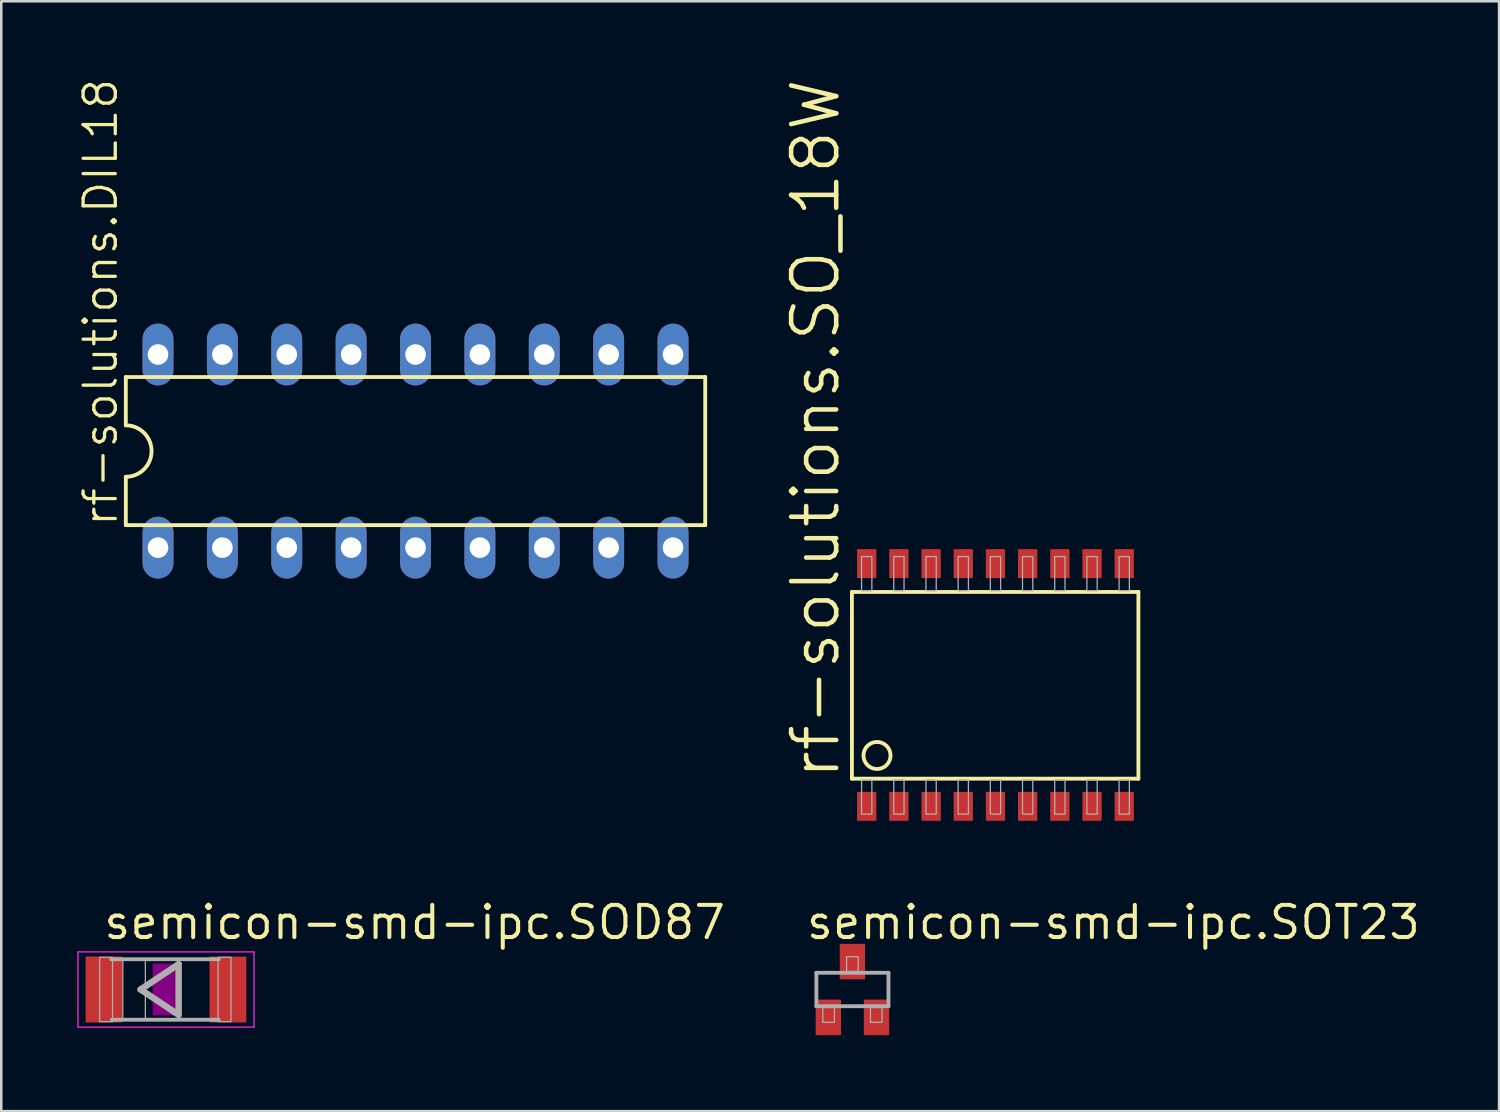
<source format=kicad_pcb>
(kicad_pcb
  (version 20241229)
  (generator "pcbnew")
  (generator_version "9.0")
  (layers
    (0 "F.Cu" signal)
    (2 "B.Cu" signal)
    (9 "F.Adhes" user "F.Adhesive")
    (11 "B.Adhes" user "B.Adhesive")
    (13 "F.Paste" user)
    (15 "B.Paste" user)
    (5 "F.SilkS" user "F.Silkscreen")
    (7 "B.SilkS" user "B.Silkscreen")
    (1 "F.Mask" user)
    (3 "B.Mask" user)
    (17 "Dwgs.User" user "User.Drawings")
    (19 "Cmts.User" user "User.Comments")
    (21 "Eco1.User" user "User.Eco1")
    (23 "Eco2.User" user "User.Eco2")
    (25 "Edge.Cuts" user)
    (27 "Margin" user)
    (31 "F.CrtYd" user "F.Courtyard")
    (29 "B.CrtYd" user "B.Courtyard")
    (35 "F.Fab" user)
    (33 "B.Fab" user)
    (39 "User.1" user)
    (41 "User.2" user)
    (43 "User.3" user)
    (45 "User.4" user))
  (footprint "semicon-smd-ipc.SOD87"
    (layer "F.Cu")
    (at 3.498 35.99)
    (property "Reference" "semicon-smd-ipc.SOD87" (at -2.54 -1.905 0) (layer "F.SilkS") (effects (font (size 1.27 1.27) (thickness 0.16)) (justify left bottom)))
    (attr smd)
    (fp_rect (start -0.5 1) (end 0.5 -1) (stroke (width 0.05) (type default)) (fill yes) (layer "F.Adhes"))
    (fp_line (start -3.473 -1.483) (end 3.473 -1.483) (stroke (width 0.051) (type default)) (layer "F.CrtYd"))
    (fp_line (start -3.473 1.483) (end -3.473 -1.483) (stroke (width 0.051) (type default)) (layer "F.CrtYd"))
    (fp_line (start 3.473 -1.483) (end 3.473 1.483) (stroke (width 0.051) (type default)) (layer "F.CrtYd"))
    (fp_line (start 3.473 1.483) (end -3.473 1.483) (stroke (width 0.051) (type default)) (layer "F.CrtYd"))
    (fp_line (start -1 0) (end 0.5 -1) (stroke (width 0.254) (type default)) (layer "F.Fab"))
    (fp_line (start 0.5 -1) (end 0.5 1) (stroke (width 0.254) (type default)) (layer "F.Fab"))
    (fp_line (start 0.5 1) (end -1 0) (stroke (width 0.254) (type default)) (layer "F.Fab"))
    (fp_line (start 2.083 -1.194) (end -2.159 -1.194) (stroke (width 0.152) (type default)) (layer "F.Fab"))
    (fp_line (start 2.083 1.194) (end -2.134 1.194) (stroke (width 0.152) (type default)) (layer "F.Fab"))
    (fp_rect (start -2.616 1.27) (end -2.108 -1.27) (stroke (width 0.05) (type default)) (fill no) (layer "F.Fab"))
    (fp_rect (start -1.702 1.194) (end -0.813 -1.194) (stroke (width 0.05) (type default)) (fill no) (layer "F.Fab"))
    (fp_rect (start 2.057 1.27) (end 2.565 -1.27) (stroke (width 0.05) (type default)) (fill no) (layer "F.Fab"))
    (pad "1" smd roundrect (at -2.445 0) (size 1.45 2.6) (layers "F.Cu" "F.Mask" "F.Paste") (roundrect_rratio 0.01))
    (pad "2" smd roundrect (at 2.445 0) (size 1.45 2.6) (layers "F.Cu" "F.Mask" "F.Paste") (roundrect_rratio 0.01)))
  (footprint "rf-solutions.SO_18W"
    (layer "F.Cu")
    (at 36.226 23.976)
    (property "Reference" "rf-solutions.SO_18W" (at -6.058 3.81 90) (layer "F.SilkS") (effects (font (size 1.778 1.778) (thickness 0.18)) (justify left bottom)))
    (attr smd)
    (fp_line (start -5.664 -3.67) (end -5.664 3.696) (stroke (width 0.152) (type default)) (layer "F.SilkS"))
    (fp_line (start -5.664 3.696) (end 5.639 3.696) (stroke (width 0.152) (type default)) (layer "F.SilkS"))
    (fp_line (start 5.639 -3.67) (end -5.664 -3.67) (stroke (width 0.152) (type default)) (layer "F.SilkS"))
    (fp_line (start 5.639 3.696) (end 5.639 -3.67) (stroke (width 0.152) (type default)) (layer "F.SilkS"))
    (fp_circle (center -4.674 2.781) (end -4.14 2.781) (stroke (width 0.152) (type default)) (fill no) (layer "F.SilkS"))
    (fp_rect (start -5.283 -3.721) (end -4.877 -5.067) (stroke (width 0.05) (type default)) (fill no) (layer "F.Fab"))
    (fp_rect (start -5.283 5.093) (end -4.877 3.747) (stroke (width 0.05) (type default)) (fill no) (layer "F.Fab"))
    (fp_rect (start -4.013 -3.721) (end -3.607 -5.067) (stroke (width 0.05) (type default)) (fill no) (layer "F.Fab"))
    (fp_rect (start -4.013 5.093) (end -3.607 3.747) (stroke (width 0.05) (type default)) (fill no) (layer "F.Fab"))
    (fp_rect (start -2.743 -3.721) (end -2.337 -5.067) (stroke (width 0.05) (type default)) (fill no) (layer "F.Fab"))
    (fp_rect (start -2.743 5.093) (end -2.337 3.747) (stroke (width 0.05) (type default)) (fill no) (layer "F.Fab"))
    (fp_rect (start -1.473 -3.721) (end -1.067 -5.067) (stroke (width 0.05) (type default)) (fill no) (layer "F.Fab"))
    (fp_rect (start -1.473 5.093) (end -1.067 3.747) (stroke (width 0.05) (type default)) (fill no) (layer "F.Fab"))
    (fp_rect (start -0.203 -3.721) (end 0.203 -5.067) (stroke (width 0.05) (type default)) (fill no) (layer "F.Fab"))
    (fp_rect (start -0.203 5.093) (end 0.203 3.747) (stroke (width 0.05) (type default)) (fill no) (layer "F.Fab"))
    (fp_rect (start 1.067 -3.721) (end 1.473 -5.067) (stroke (width 0.05) (type default)) (fill no) (layer "F.Fab"))
    (fp_rect (start 1.067 5.093) (end 1.473 3.747) (stroke (width 0.05) (type default)) (fill no) (layer "F.Fab"))
    (fp_rect (start 2.337 -3.721) (end 2.743 -5.067) (stroke (width 0.05) (type default)) (fill no) (layer "F.Fab"))
    (fp_rect (start 2.337 5.093) (end 2.743 3.747) (stroke (width 0.05) (type default)) (fill no) (layer "F.Fab"))
    (fp_rect (start 3.607 -3.721) (end 4.013 -5.067) (stroke (width 0.05) (type default)) (fill no) (layer "F.Fab"))
    (fp_rect (start 3.607 5.093) (end 4.013 3.747) (stroke (width 0.05) (type default)) (fill no) (layer "F.Fab"))
    (fp_rect (start 4.877 -3.721) (end 5.283 -5.067) (stroke (width 0.05) (type default)) (fill no) (layer "F.Fab"))
    (fp_rect (start 4.877 5.093) (end 5.283 3.747) (stroke (width 0.05) (type default)) (fill no) (layer "F.Fab"))
    (pad "1" smd roundrect (at -5.08 4.788) (size 0.762 1.143) (layers "F.Cu" "F.Mask" "F.Paste") (roundrect_rratio 0.01))
    (pad "2" smd roundrect (at -3.81 4.788) (size 0.762 1.143) (layers "F.Cu" "F.Mask" "F.Paste") (roundrect_rratio 0.01))
    (pad "3" smd roundrect (at -2.54 4.788) (size 0.762 1.143) (layers "F.Cu" "F.Mask" "F.Paste") (roundrect_rratio 0.01))
    (pad "4" smd roundrect (at -1.27 4.788) (size 0.762 1.143) (layers "F.Cu" "F.Mask" "F.Paste") (roundrect_rratio 0.01))
    (pad "5" smd roundrect (at 0 4.788) (size 0.762 1.143) (layers "F.Cu" "F.Mask" "F.Paste") (roundrect_rratio 0.01))
    (pad "6" smd roundrect (at 1.27 4.788) (size 0.762 1.143) (layers "F.Cu" "F.Mask" "F.Paste") (roundrect_rratio 0.01))
    (pad "7" smd roundrect (at 2.54 4.788) (size 0.762 1.143) (layers "F.Cu" "F.Mask" "F.Paste") (roundrect_rratio 0.01))
    (pad "8" smd roundrect (at 3.81 4.788) (size 0.762 1.143) (layers "F.Cu" "F.Mask" "F.Paste") (roundrect_rratio 0.01))
    (pad "9" smd roundrect (at 5.08 4.788) (size 0.762 1.143) (layers "F.Cu" "F.Mask" "F.Paste") (roundrect_rratio 0.01))
    (pad "10" smd roundrect (at 5.08 -4.788) (size 0.762 1.143) (layers "F.Cu" "F.Mask" "F.Paste") (roundrect_rratio 0.01))
    (pad "11" smd roundrect (at 3.81 -4.788) (size 0.762 1.143) (layers "F.Cu" "F.Mask" "F.Paste") (roundrect_rratio 0.01))
    (pad "12" smd roundrect (at 2.54 -4.788) (size 0.762 1.143) (layers "F.Cu" "F.Mask" "F.Paste") (roundrect_rratio 0.01))
    (pad "13" smd roundrect (at 1.27 -4.788) (size 0.762 1.143) (layers "F.Cu" "F.Mask" "F.Paste") (roundrect_rratio 0.01))
    (pad "14" smd roundrect (at 0 -4.788) (size 0.762 1.143) (layers "F.Cu" "F.Mask" "F.Paste") (roundrect_rratio 0.01))
    (pad "15" smd roundrect (at -1.27 -4.788) (size 0.762 1.143) (layers "F.Cu" "F.Mask" "F.Paste") (roundrect_rratio 0.01))
    (pad "16" smd roundrect (at -2.54 -4.788) (size 0.762 1.143) (layers "F.Cu" "F.Mask" "F.Paste") (roundrect_rratio 0.01))
    (pad "17" smd roundrect (at -3.81 -4.788) (size 0.762 1.143) (layers "F.Cu" "F.Mask" "F.Paste") (roundrect_rratio 0.01))
    (pad "18" smd roundrect (at -5.08 -4.788) (size 0.762 1.143) (layers "F.Cu" "F.Mask" "F.Paste") (roundrect_rratio 0.01)))
  (footprint "semicon-smd-ipc.SOT23"
    (layer "F.Cu")
    (at 30.582 35.99)
    (property "Reference" "semicon-smd-ipc.SOT23" (at -1.905 -1.905 0) (layer "F.SilkS") (effects (font (size 1.27 1.27) (thickness 0.16)) (justify left bottom)))
    (attr smd)
    (fp_line (start -1.422 -0.66) (end 1.422 -0.66) (stroke (width 0.152) (type default)) (layer "F.Fab"))
    (fp_line (start -1.422 0.66) (end -1.422 -0.66) (stroke (width 0.152) (type default)) (layer "F.Fab"))
    (fp_line (start 1.422 -0.66) (end 1.422 0.66) (stroke (width 0.152) (type default)) (layer "F.Fab"))
    (fp_line (start 1.422 0.66) (end -1.422 0.66) (stroke (width 0.152) (type default)) (layer "F.Fab"))
    (fp_rect (start -1.168 1.295) (end -0.711 0.711) (stroke (width 0.05) (type default)) (fill no) (layer "F.Fab"))
    (fp_rect (start -0.229 -0.711) (end 0.229 -1.295) (stroke (width 0.05) (type default)) (fill no) (layer "F.Fab"))
    (fp_rect (start 0.711 1.295) (end 1.168 0.711) (stroke (width 0.05) (type default)) (fill no) (layer "F.Fab"))
    (pad "1" smd roundrect (at -0.95 1.1) (size 1 1.4) (layers "F.Cu" "F.Mask" "F.Paste") (roundrect_rratio 0.01))
    (pad "2" smd roundrect (at 0.95 1.1) (size 1 1.4) (layers "F.Cu" "F.Mask" "F.Paste") (roundrect_rratio 0.01))
    (pad "3" smd roundrect (at 0 -1.1) (size 1 1.4) (layers "F.Cu" "F.Mask" "F.Paste") (roundrect_rratio 0.01)))
  (footprint "rf-solutions.DIL18"
    (layer "F.Cu")
    (at 13.344 14.747)
    (property "Reference" "rf-solutions.DIL18" (at -11.684 3.048 90) (layer "F.SilkS") (effects (font (size 1.27 1.27) (thickness 0.13)) (justify left bottom)))
    (attr through_hole)
    (fp_line (start -11.43 -2.921) (end -11.43 -1.016) (stroke (width 0.152) (type default)) (layer "F.SilkS"))
    (fp_line (start -11.43 2.921) (end -11.43 1.016) (stroke (width 0.152) (type default)) (layer "F.SilkS"))
    (fp_line (start -11.43 2.921) (end 11.43 2.921) (stroke (width 0.152) (type default)) (layer "F.SilkS"))
    (fp_line (start 11.43 -2.921) (end -11.43 -2.921) (stroke (width 0.152) (type default)) (layer "F.SilkS"))
    (fp_line (start 11.43 -2.921) (end 11.43 2.921) (stroke (width 0.152) (type default)) (layer "F.SilkS"))
    (fp_arc (start -11.43 -1.016) (mid -10.414 0) (end -11.43 1.016) (stroke (width 0.1524) (type default)) (layer "F.SilkS"))
    (pad "1" thru_hole oval (at -10.16 3.81 90) (size 2.438 1.219) (drill 0.813) (layers "*.Cu" "*.Mask"))
    (pad "2" thru_hole oval (at -7.62 3.81 90) (size 2.438 1.219) (drill 0.813) (layers "*.Cu" "*.Mask"))
    (pad "3" thru_hole oval (at -5.08 3.81 90) (size 2.438 1.219) (drill 0.813) (layers "*.Cu" "*.Mask"))
    (pad "4" thru_hole oval (at -2.54 3.81 90) (size 2.438 1.219) (drill 0.813) (layers "*.Cu" "*.Mask"))
    (pad "5" thru_hole oval (at 0 3.81 90) (size 2.438 1.219) (drill 0.813) (layers "*.Cu" "*.Mask"))
    (pad "6" thru_hole oval (at 2.54 3.81 90) (size 2.438 1.219) (drill 0.813) (layers "*.Cu" "*.Mask"))
    (pad "7" thru_hole oval (at 5.08 3.81 90) (size 2.438 1.219) (drill 0.813) (layers "*.Cu" "*.Mask"))
    (pad "8" thru_hole oval (at 7.62 3.81 90) (size 2.438 1.219) (drill 0.813) (layers "*.Cu" "*.Mask"))
    (pad "9" thru_hole oval (at 10.16 3.81 90) (size 2.438 1.219) (drill 0.813) (layers "*.Cu" "*.Mask"))
    (pad "10" thru_hole oval (at 10.16 -3.81 90) (size 2.438 1.219) (drill 0.813) (layers "*.Cu" "*.Mask"))
    (pad "11" thru_hole oval (at 7.62 -3.81 90) (size 2.438 1.219) (drill 0.813) (layers "*.Cu" "*.Mask"))
    (pad "12" thru_hole oval (at 5.08 -3.81 90) (size 2.438 1.219) (drill 0.813) (layers "*.Cu" "*.Mask"))
    (pad "13" thru_hole oval (at 2.54 -3.81 90) (size 2.438 1.219) (drill 0.813) (layers "*.Cu" "*.Mask"))
    (pad "14" thru_hole oval (at 0 -3.81 90) (size 2.438 1.219) (drill 0.813) (layers "*.Cu" "*.Mask"))
    (pad "15" thru_hole oval (at -2.54 -3.81 90) (size 2.438 1.219) (drill 0.813) (layers "*.Cu" "*.Mask"))
    (pad "16" thru_hole oval (at -5.08 -3.81 90) (size 2.438 1.219) (drill 0.813) (layers "*.Cu" "*.Mask"))
    (pad "17" thru_hole oval (at -7.62 -3.81 90) (size 2.438 1.219) (drill 0.813) (layers "*.Cu" "*.Mask"))
    (pad "18" thru_hole oval (at -10.16 -3.81 90) (size 2.438 1.219) (drill 0.813) (layers "*.Cu" "*.Mask")))
  (gr_rect
    (start -3 -3)
    (end 56.094 40.79)
    (stroke (width 0.1) (type default))
    (fill no)
    (layer "Edge.Cuts")))
</source>
